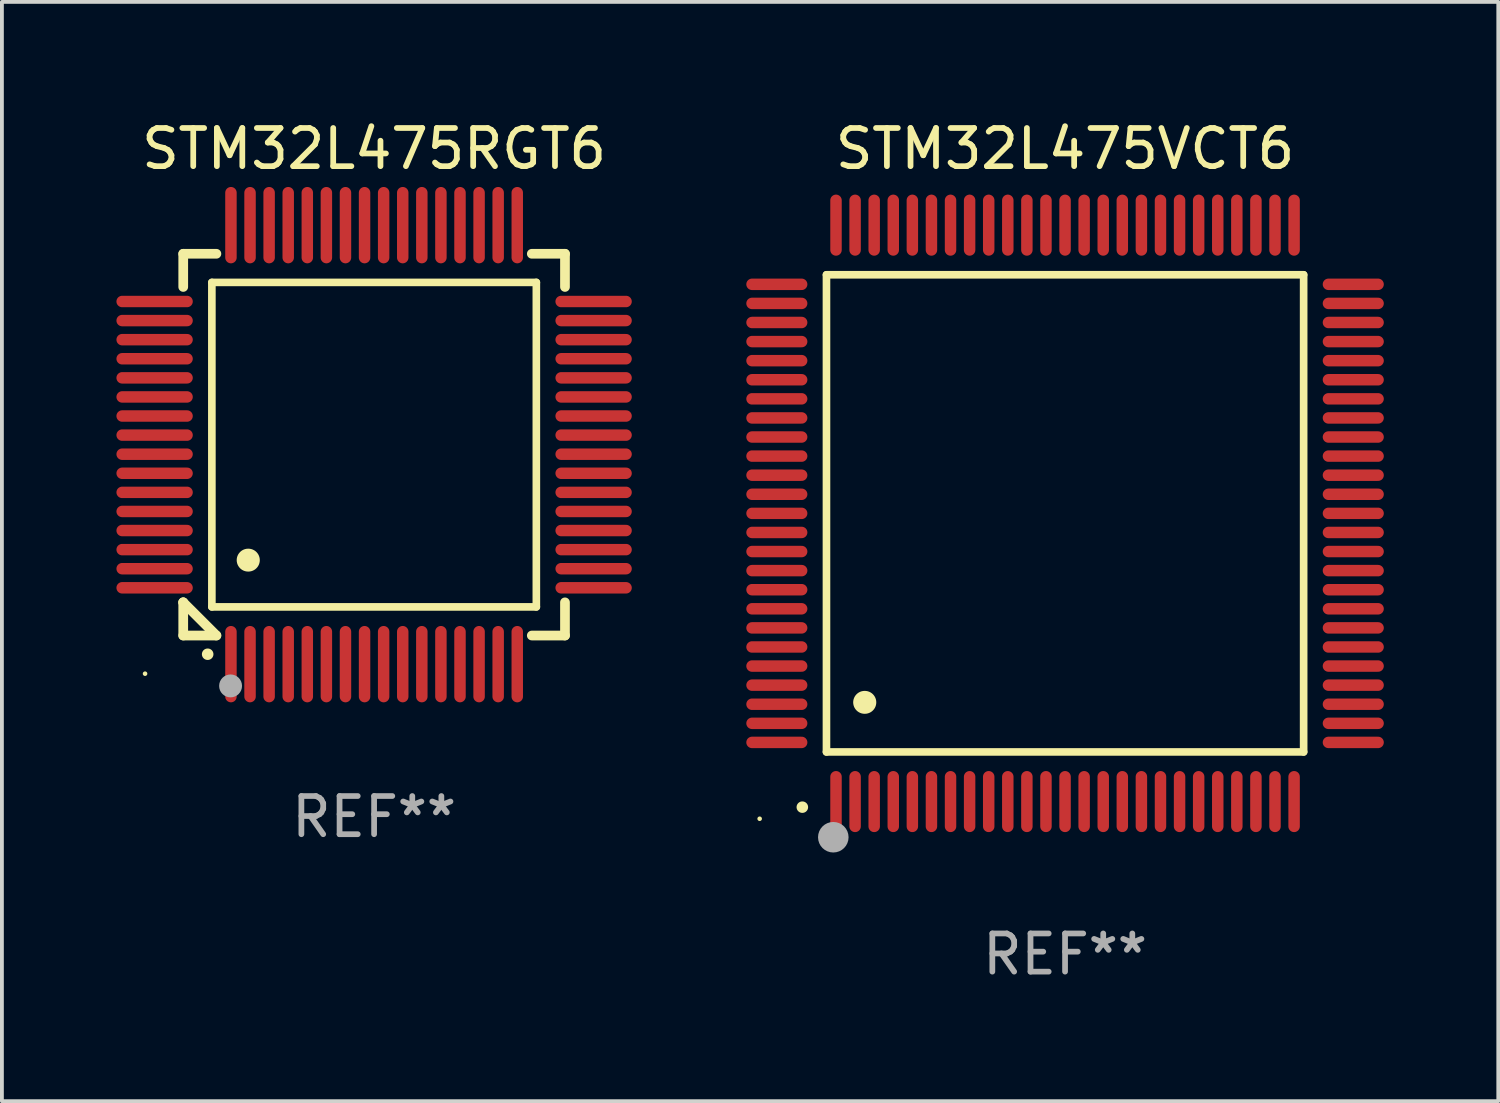
<source format=kicad_pcb>
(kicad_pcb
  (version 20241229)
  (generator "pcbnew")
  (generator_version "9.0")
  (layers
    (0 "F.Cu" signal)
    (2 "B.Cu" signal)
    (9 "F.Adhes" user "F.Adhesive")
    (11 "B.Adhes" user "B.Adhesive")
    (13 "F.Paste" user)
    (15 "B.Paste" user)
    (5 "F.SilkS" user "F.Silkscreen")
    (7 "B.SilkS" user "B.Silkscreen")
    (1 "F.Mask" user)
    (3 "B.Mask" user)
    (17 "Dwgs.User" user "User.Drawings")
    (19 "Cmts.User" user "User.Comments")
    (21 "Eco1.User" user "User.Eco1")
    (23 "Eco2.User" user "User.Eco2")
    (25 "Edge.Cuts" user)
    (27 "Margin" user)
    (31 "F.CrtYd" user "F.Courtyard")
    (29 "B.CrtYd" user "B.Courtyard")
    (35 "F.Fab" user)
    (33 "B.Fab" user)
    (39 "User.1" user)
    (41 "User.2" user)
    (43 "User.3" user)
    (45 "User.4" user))
  (footprint "STM32L475RGT6"
    (layer "F.Cu")
    (at 6.75 8.598)
    (property "Reference" "STM32L475RGT6" (at 0 -7.75 0) (layer "F.SilkS") (effects (font (size 1 1) (thickness 0.15))))
    (attr through_hole)
    (fp_line (start -5 -5) (end -4.131 -5) (stroke (width 0.254) (type solid)) (layer "F.SilkS"))
    (fp_line (start -5 -4.131) (end -5 -5) (stroke (width 0.254) (type solid)) (layer "F.SilkS"))
    (fp_line (start -5 4.131) (end -5 4.131) (stroke (width 0.254) (type solid)) (layer "F.SilkS"))
    (fp_line (start -5 5) (end -5 4.131) (stroke (width 0.254) (type solid)) (layer "F.SilkS"))
    (fp_line (start -5 4.131) (end -4.131 5) (stroke (width 0.254) (type solid)) (layer "F.SilkS"))
    (fp_line (start -4.25 -4.25) (end -4.25 4.25) (stroke (width 0.2) (type solid)) (layer "F.SilkS"))
    (fp_line (start -4.25 4.25) (end 4.25 4.25) (stroke (width 0.2) (type solid)) (layer "F.SilkS"))
    (fp_line (start -4.131 5) (end -5 5) (stroke (width 0.254) (type solid)) (layer "F.SilkS"))
    (fp_line (start 4.25 -4.25) (end -4.25 -4.25) (stroke (width 0.2) (type solid)) (layer "F.SilkS"))
    (fp_line (start 4.25 4.25) (end 4.25 -4.25) (stroke (width 0.2) (type solid)) (layer "F.SilkS"))
    (fp_line (start 5 -5) (end 4.131 -5) (stroke (width 0.254) (type solid)) (layer "F.SilkS"))
    (fp_line (start 5 -5) (end 5 -4.131) (stroke (width 0.254) (type solid)) (layer "F.SilkS"))
    (fp_line (start 5 4.131) (end 5 5) (stroke (width 0.254) (type solid)) (layer "F.SilkS"))
    (fp_line (start 5 5) (end 4.131 5) (stroke (width 0.254) (type solid)) (layer "F.SilkS"))
    (fp_arc (start -4.361265 5.489992) (mid -4.359995 5.489987) (end -4.358725 5.489992) (stroke (width 0.3) (type solid)) (layer "F.SilkS"))
    (fp_arc (start -3.299467 3.025146) (mid -3.296927 3.025135) (end -3.294387 3.025146) (stroke (width 0.6) (type solid)) (layer "F.SilkS"))
    (fp_circle (center -6 6) (end -5.97 6) (stroke (width 0.06) (type solid)) (fill no) (layer "F.SilkS"))
    (fp_circle (center -3.76 6.32) (end -3.61 6.32) (stroke (width 0.3) (type solid)) (fill no) (layer "F.Fab"))
    (fp_text user "REF**" (at 0 9.75 0) (layer "F.Fab") (effects (font (size 1 1) (thickness 0.15))))
    (pad "1" smd oval (at -3.75 5.75) (size 0.3 2) (layers "F.Cu" "F.Mask" "F.Paste"))
    (pad "2" smd oval (at -3.25 5.75) (size 0.3 2) (layers "F.Cu" "F.Mask" "F.Paste"))
    (pad "3" smd oval (at -2.75 5.75) (size 0.3 2) (layers "F.Cu" "F.Mask" "F.Paste"))
    (pad "4" smd oval (at -2.25 5.75) (size 0.3 2) (layers "F.Cu" "F.Mask" "F.Paste"))
    (pad "5" smd oval (at -1.75 5.75) (size 0.3 2) (layers "F.Cu" "F.Mask" "F.Paste"))
    (pad "6" smd oval (at -1.25 5.75) (size 0.3 2) (layers "F.Cu" "F.Mask" "F.Paste"))
    (pad "7" smd oval (at -0.75 5.75) (size 0.3 2) (layers "F.Cu" "F.Mask" "F.Paste"))
    (pad "8" smd oval (at -0.25 5.75) (size 0.3 2) (layers "F.Cu" "F.Mask" "F.Paste"))
    (pad "9" smd oval (at 0.25 5.75) (size 0.3 2) (layers "F.Cu" "F.Mask" "F.Paste"))
    (pad "10" smd oval (at 0.75 5.75) (size 0.3 2) (layers "F.Cu" "F.Mask" "F.Paste"))
    (pad "11" smd oval (at 1.25 5.75) (size 0.3 2) (layers "F.Cu" "F.Mask" "F.Paste"))
    (pad "12" smd oval (at 1.75 5.75) (size 0.3 2) (layers "F.Cu" "F.Mask" "F.Paste"))
    (pad "13" smd oval (at 2.25 5.75) (size 0.3 2) (layers "F.Cu" "F.Mask" "F.Paste"))
    (pad "14" smd oval (at 2.75 5.75) (size 0.3 2) (layers "F.Cu" "F.Mask" "F.Paste"))
    (pad "15" smd oval (at 3.25 5.75) (size 0.3 2) (layers "F.Cu" "F.Mask" "F.Paste"))
    (pad "16" smd oval (at 3.75 5.75) (size 0.3 2) (layers "F.Cu" "F.Mask" "F.Paste"))
    (pad "17" smd oval (at 5.75 3.75) (size 2 0.3) (layers "F.Cu" "F.Mask" "F.Paste"))
    (pad "18" smd oval (at 5.75 3.25) (size 2 0.3) (layers "F.Cu" "F.Mask" "F.Paste"))
    (pad "19" smd oval (at 5.75 2.75) (size 2 0.3) (layers "F.Cu" "F.Mask" "F.Paste"))
    (pad "20" smd oval (at 5.75 2.25) (size 2 0.3) (layers "F.Cu" "F.Mask" "F.Paste"))
    (pad "21" smd oval (at 5.75 1.75) (size 2 0.3) (layers "F.Cu" "F.Mask" "F.Paste"))
    (pad "22" smd oval (at 5.75 1.25) (size 2 0.3) (layers "F.Cu" "F.Mask" "F.Paste"))
    (pad "23" smd oval (at 5.75 0.75) (size 2 0.3) (layers "F.Cu" "F.Mask" "F.Paste"))
    (pad "24" smd oval (at 5.75 0.25) (size 2 0.3) (layers "F.Cu" "F.Mask" "F.Paste"))
    (pad "25" smd oval (at 5.75 -0.25) (size 2 0.3) (layers "F.Cu" "F.Mask" "F.Paste"))
    (pad "26" smd oval (at 5.75 -0.75) (size 2 0.3) (layers "F.Cu" "F.Mask" "F.Paste"))
    (pad "27" smd oval (at 5.75 -1.25) (size 2 0.3) (layers "F.Cu" "F.Mask" "F.Paste"))
    (pad "28" smd oval (at 5.75 -1.75) (size 2 0.3) (layers "F.Cu" "F.Mask" "F.Paste"))
    (pad "29" smd oval (at 5.75 -2.25) (size 2 0.3) (layers "F.Cu" "F.Mask" "F.Paste"))
    (pad "30" smd oval (at 5.75 -2.75) (size 2 0.3) (layers "F.Cu" "F.Mask" "F.Paste"))
    (pad "31" smd oval (at 5.75 -3.25) (size 2 0.3) (layers "F.Cu" "F.Mask" "F.Paste"))
    (pad "32" smd oval (at 5.75 -3.75) (size 2 0.3) (layers "F.Cu" "F.Mask" "F.Paste"))
    (pad "33" smd oval (at 3.75 -5.75) (size 0.3 2) (layers "F.Cu" "F.Mask" "F.Paste"))
    (pad "34" smd oval (at 3.25 -5.75) (size 0.3 2) (layers "F.Cu" "F.Mask" "F.Paste"))
    (pad "35" smd oval (at 2.75 -5.75) (size 0.3 2) (layers "F.Cu" "F.Mask" "F.Paste"))
    (pad "36" smd oval (at 2.25 -5.75) (size 0.3 2) (layers "F.Cu" "F.Mask" "F.Paste"))
    (pad "37" smd oval (at 1.75 -5.75) (size 0.3 2) (layers "F.Cu" "F.Mask" "F.Paste"))
    (pad "38" smd oval (at 1.25 -5.75) (size 0.3 2) (layers "F.Cu" "F.Mask" "F.Paste"))
    (pad "39" smd oval (at 0.75 -5.75) (size 0.3 2) (layers "F.Cu" "F.Mask" "F.Paste"))
    (pad "40" smd oval (at 0.25 -5.75) (size 0.3 2) (layers "F.Cu" "F.Mask" "F.Paste"))
    (pad "41" smd oval (at -0.25 -5.75) (size 0.3 2) (layers "F.Cu" "F.Mask" "F.Paste"))
    (pad "42" smd oval (at -0.75 -5.75) (size 0.3 2) (layers "F.Cu" "F.Mask" "F.Paste"))
    (pad "43" smd oval (at -1.25 -5.75) (size 0.3 2) (layers "F.Cu" "F.Mask" "F.Paste"))
    (pad "44" smd oval (at -1.75 -5.75) (size 0.3 2) (layers "F.Cu" "F.Mask" "F.Paste"))
    (pad "45" smd oval (at -2.25 -5.75) (size 0.3 2) (layers "F.Cu" "F.Mask" "F.Paste"))
    (pad "46" smd oval (at -2.75 -5.75) (size 0.3 2) (layers "F.Cu" "F.Mask" "F.Paste"))
    (pad "47" smd oval (at -3.25 -5.75) (size 0.3 2) (layers "F.Cu" "F.Mask" "F.Paste"))
    (pad "48" smd oval (at -3.75 -5.75) (size 0.3 2) (layers "F.Cu" "F.Mask" "F.Paste"))
    (pad "49" smd oval (at -5.75 -3.75) (size 2 0.3) (layers "F.Cu" "F.Mask" "F.Paste"))
    (pad "50" smd oval (at -5.75 -3.25) (size 2 0.3) (layers "F.Cu" "F.Mask" "F.Paste"))
    (pad "51" smd oval (at -5.75 -2.75) (size 2 0.3) (layers "F.Cu" "F.Mask" "F.Paste"))
    (pad "52" smd oval (at -5.75 -2.25) (size 2 0.3) (layers "F.Cu" "F.Mask" "F.Paste"))
    (pad "53" smd oval (at -5.75 -1.75) (size 2 0.3) (layers "F.Cu" "F.Mask" "F.Paste"))
    (pad "54" smd oval (at -5.75 -1.25) (size 2 0.3) (layers "F.Cu" "F.Mask" "F.Paste"))
    (pad "55" smd oval (at -5.75 -0.75) (size 2 0.3) (layers "F.Cu" "F.Mask" "F.Paste"))
    (pad "56" smd oval (at -5.75 -0.25) (size 2 0.3) (layers "F.Cu" "F.Mask" "F.Paste"))
    (pad "57" smd oval (at -5.75 0.25) (size 2 0.3) (layers "F.Cu" "F.Mask" "F.Paste"))
    (pad "58" smd oval (at -5.75 0.75) (size 2 0.3) (layers "F.Cu" "F.Mask" "F.Paste"))
    (pad "59" smd oval (at -5.75 1.25) (size 2 0.3) (layers "F.Cu" "F.Mask" "F.Paste"))
    (pad "60" smd oval (at -5.75 1.75) (size 2 0.3) (layers "F.Cu" "F.Mask" "F.Paste"))
    (pad "61" smd oval (at -5.75 2.25) (size 2 0.3) (layers "F.Cu" "F.Mask" "F.Paste"))
    (pad "62" smd oval (at -5.75 2.75) (size 2 0.3) (layers "F.Cu" "F.Mask" "F.Paste"))
    (pad "63" smd oval (at -5.75 3.25) (size 2 0.3) (layers "F.Cu" "F.Mask" "F.Paste"))
    (pad "64" smd oval (at -5.75 3.75) (size 2 0.3) (layers "F.Cu" "F.Mask" "F.Paste")))
  (footprint "STM32L475VCT6"
    (layer "F.Cu")
    (at 24.85 10.398)
    (property "Reference" "STM32L475VCT6" (at 0 -9.55 0) (layer "F.SilkS") (effects (font (size 1 1) (thickness 0.15))))
    (attr through_hole)
    (fp_line (start -6.25 -6.25) (end -6.25 6.25) (stroke (width 0.2) (type solid)) (layer "F.SilkS"))
    (fp_line (start -6.25 6.25) (end 6.25 6.25) (stroke (width 0.2) (type solid)) (layer "F.SilkS"))
    (fp_line (start 6.25 -6.25) (end -6.25 -6.25) (stroke (width 0.2) (type solid)) (layer "F.SilkS"))
    (fp_line (start 6.25 6.25) (end 6.25 -6.25) (stroke (width 0.2) (type solid)) (layer "F.SilkS"))
    (fp_arc (start -6.883414 7.696215) (mid -6.882144 7.69621) (end -6.880874 7.696215) (stroke (width 0.3) (type solid)) (layer "F.SilkS"))
    (fp_arc (start -5.250191 4.95047) (mid -5.247651 4.950459) (end -5.245111 4.95047) (stroke (width 0.6) (type solid)) (layer "F.SilkS"))
    (fp_circle (center -8 8) (end -7.97 8) (stroke (width 0.06) (type solid)) (fill no) (layer "F.SilkS"))
    (fp_circle (center -6.071 8.484) (end -5.871 8.484) (stroke (width 0.4) (type solid)) (fill no) (layer "F.Fab"))
    (fp_text user "REF**" (at 0 11.55 0) (layer "F.Fab") (effects (font (size 1 1) (thickness 0.15))))
    (pad "1" smd oval (at -6 7.55) (size 0.3 1.6) (layers "F.Cu" "F.Mask" "F.Paste"))
    (pad "2" smd oval (at -5.5 7.55) (size 0.3 1.6) (layers "F.Cu" "F.Mask" "F.Paste"))
    (pad "3" smd oval (at -5 7.55) (size 0.3 1.6) (layers "F.Cu" "F.Mask" "F.Paste"))
    (pad "4" smd oval (at -4.5 7.55) (size 0.3 1.6) (layers "F.Cu" "F.Mask" "F.Paste"))
    (pad "5" smd oval (at -4 7.55) (size 0.3 1.6) (layers "F.Cu" "F.Mask" "F.Paste"))
    (pad "6" smd oval (at -3.5 7.55) (size 0.3 1.6) (layers "F.Cu" "F.Mask" "F.Paste"))
    (pad "7" smd oval (at -3 7.55) (size 0.3 1.6) (layers "F.Cu" "F.Mask" "F.Paste"))
    (pad "8" smd oval (at -2.5 7.55) (size 0.3 1.6) (layers "F.Cu" "F.Mask" "F.Paste"))
    (pad "9" smd oval (at -2 7.55) (size 0.3 1.6) (layers "F.Cu" "F.Mask" "F.Paste"))
    (pad "10" smd oval (at -1.5 7.55) (size 0.3 1.6) (layers "F.Cu" "F.Mask" "F.Paste"))
    (pad "11" smd oval (at -1 7.55) (size 0.3 1.6) (layers "F.Cu" "F.Mask" "F.Paste"))
    (pad "12" smd oval (at -0.5 7.55) (size 0.3 1.6) (layers "F.Cu" "F.Mask" "F.Paste"))
    (pad "13" smd oval (at 0 7.55) (size 0.3 1.6) (layers "F.Cu" "F.Mask" "F.Paste"))
    (pad "14" smd oval (at 0.5 7.55) (size 0.3 1.6) (layers "F.Cu" "F.Mask" "F.Paste"))
    (pad "15" smd oval (at 1 7.55) (size 0.3 1.6) (layers "F.Cu" "F.Mask" "F.Paste"))
    (pad "16" smd oval (at 1.5 7.55) (size 0.3 1.6) (layers "F.Cu" "F.Mask" "F.Paste"))
    (pad "17" smd oval (at 2 7.55) (size 0.3 1.6) (layers "F.Cu" "F.Mask" "F.Paste"))
    (pad "18" smd oval (at 2.5 7.55) (size 0.3 1.6) (layers "F.Cu" "F.Mask" "F.Paste"))
    (pad "19" smd oval (at 3 7.55) (size 0.3 1.6) (layers "F.Cu" "F.Mask" "F.Paste"))
    (pad "20" smd oval (at 3.5 7.55) (size 0.3 1.6) (layers "F.Cu" "F.Mask" "F.Paste"))
    (pad "21" smd oval (at 4 7.55) (size 0.3 1.6) (layers "F.Cu" "F.Mask" "F.Paste"))
    (pad "22" smd oval (at 4.5 7.55) (size 0.3 1.6) (layers "F.Cu" "F.Mask" "F.Paste"))
    (pad "23" smd oval (at 5 7.55) (size 0.3 1.6) (layers "F.Cu" "F.Mask" "F.Paste"))
    (pad "24" smd oval (at 5.5 7.55) (size 0.3 1.6) (layers "F.Cu" "F.Mask" "F.Paste"))
    (pad "25" smd oval (at 6 7.55) (size 0.3 1.6) (layers "F.Cu" "F.Mask" "F.Paste"))
    (pad "26" smd oval (at 7.55 6) (size 1.6 0.3) (layers "F.Cu" "F.Mask" "F.Paste"))
    (pad "27" smd oval (at 7.55 5.5) (size 1.6 0.3) (layers "F.Cu" "F.Mask" "F.Paste"))
    (pad "28" smd oval (at 7.55 5) (size 1.6 0.3) (layers "F.Cu" "F.Mask" "F.Paste"))
    (pad "29" smd oval (at 7.55 4.5) (size 1.6 0.3) (layers "F.Cu" "F.Mask" "F.Paste"))
    (pad "30" smd oval (at 7.55 4) (size 1.6 0.3) (layers "F.Cu" "F.Mask" "F.Paste"))
    (pad "31" smd oval (at 7.55 3.5) (size 1.6 0.3) (layers "F.Cu" "F.Mask" "F.Paste"))
    (pad "32" smd oval (at 7.55 3) (size 1.6 0.3) (layers "F.Cu" "F.Mask" "F.Paste"))
    (pad "33" smd oval (at 7.55 2.5) (size 1.6 0.3) (layers "F.Cu" "F.Mask" "F.Paste"))
    (pad "34" smd oval (at 7.55 2) (size 1.6 0.3) (layers "F.Cu" "F.Mask" "F.Paste"))
    (pad "35" smd oval (at 7.55 1.5) (size 1.6 0.3) (layers "F.Cu" "F.Mask" "F.Paste"))
    (pad "36" smd oval (at 7.55 1) (size 1.6 0.3) (layers "F.Cu" "F.Mask" "F.Paste"))
    (pad "37" smd oval (at 7.55 0.5) (size 1.6 0.3) (layers "F.Cu" "F.Mask" "F.Paste"))
    (pad "38" smd oval (at 7.55 0) (size 1.6 0.3) (layers "F.Cu" "F.Mask" "F.Paste"))
    (pad "39" smd oval (at 7.55 -0.5) (size 1.6 0.3) (layers "F.Cu" "F.Mask" "F.Paste"))
    (pad "40" smd oval (at 7.55 -1) (size 1.6 0.3) (layers "F.Cu" "F.Mask" "F.Paste"))
    (pad "41" smd oval (at 7.55 -1.5) (size 1.6 0.3) (layers "F.Cu" "F.Mask" "F.Paste"))
    (pad "42" smd oval (at 7.55 -2) (size 1.6 0.3) (layers "F.Cu" "F.Mask" "F.Paste"))
    (pad "43" smd oval (at 7.55 -2.5) (size 1.6 0.3) (layers "F.Cu" "F.Mask" "F.Paste"))
    (pad "44" smd oval (at 7.55 -3) (size 1.6 0.3) (layers "F.Cu" "F.Mask" "F.Paste"))
    (pad "45" smd oval (at 7.55 -3.5) (size 1.6 0.3) (layers "F.Cu" "F.Mask" "F.Paste"))
    (pad "46" smd oval (at 7.55 -4) (size 1.6 0.3) (layers "F.Cu" "F.Mask" "F.Paste"))
    (pad "47" smd oval (at 7.55 -4.5) (size 1.6 0.3) (layers "F.Cu" "F.Mask" "F.Paste"))
    (pad "48" smd oval (at 7.55 -5) (size 1.6 0.3) (layers "F.Cu" "F.Mask" "F.Paste"))
    (pad "49" smd oval (at 7.55 -5.5) (size 1.6 0.3) (layers "F.Cu" "F.Mask" "F.Paste"))
    (pad "50" smd oval (at 7.55 -6) (size 1.6 0.3) (layers "F.Cu" "F.Mask" "F.Paste"))
    (pad "51" smd oval (at 6 -7.55) (size 0.3 1.6) (layers "F.Cu" "F.Mask" "F.Paste"))
    (pad "52" smd oval (at 5.5 -7.55) (size 0.3 1.6) (layers "F.Cu" "F.Mask" "F.Paste"))
    (pad "53" smd oval (at 5 -7.55) (size 0.3 1.6) (layers "F.Cu" "F.Mask" "F.Paste"))
    (pad "54" smd oval (at 4.5 -7.55) (size 0.3 1.6) (layers "F.Cu" "F.Mask" "F.Paste"))
    (pad "55" smd oval (at 4 -7.55) (size 0.3 1.6) (layers "F.Cu" "F.Mask" "F.Paste"))
    (pad "56" smd oval (at 3.5 -7.55) (size 0.3 1.6) (layers "F.Cu" "F.Mask" "F.Paste"))
    (pad "57" smd oval (at 3 -7.55) (size 0.3 1.6) (layers "F.Cu" "F.Mask" "F.Paste"))
    (pad "58" smd oval (at 2.5 -7.55) (size 0.3 1.6) (layers "F.Cu" "F.Mask" "F.Paste"))
    (pad "59" smd oval (at 2 -7.55) (size 0.3 1.6) (layers "F.Cu" "F.Mask" "F.Paste"))
    (pad "60" smd oval (at 1.5 -7.55) (size 0.3 1.6) (layers "F.Cu" "F.Mask" "F.Paste"))
    (pad "61" smd oval (at 1 -7.55) (size 0.3 1.6) (layers "F.Cu" "F.Mask" "F.Paste"))
    (pad "62" smd oval (at 0.5 -7.55) (size 0.3 1.6) (layers "F.Cu" "F.Mask" "F.Paste"))
    (pad "63" smd oval (at 0 -7.55) (size 0.3 1.6) (layers "F.Cu" "F.Mask" "F.Paste"))
    (pad "64" smd oval (at -0.5 -7.55) (size 0.3 1.6) (layers "F.Cu" "F.Mask" "F.Paste"))
    (pad "65" smd oval (at -1 -7.55) (size 0.3 1.6) (layers "F.Cu" "F.Mask" "F.Paste"))
    (pad "66" smd oval (at -1.5 -7.55) (size 0.3 1.6) (layers "F.Cu" "F.Mask" "F.Paste"))
    (pad "67" smd oval (at -2 -7.55) (size 0.3 1.6) (layers "F.Cu" "F.Mask" "F.Paste"))
    (pad "68" smd oval (at -2.5 -7.55) (size 0.3 1.6) (layers "F.Cu" "F.Mask" "F.Paste"))
    (pad "69" smd oval (at -3 -7.55) (size 0.3 1.6) (layers "F.Cu" "F.Mask" "F.Paste"))
    (pad "70" smd oval (at -3.5 -7.55) (size 0.3 1.6) (layers "F.Cu" "F.Mask" "F.Paste"))
    (pad "71" smd oval (at -4 -7.55) (size 0.3 1.6) (layers "F.Cu" "F.Mask" "F.Paste"))
    (pad "72" smd oval (at -4.5 -7.55) (size 0.3 1.6) (layers "F.Cu" "F.Mask" "F.Paste"))
    (pad "73" smd oval (at -5 -7.55) (size 0.3 1.6) (layers "F.Cu" "F.Mask" "F.Paste"))
    (pad "74" smd oval (at -5.5 -7.55) (size 0.3 1.6) (layers "F.Cu" "F.Mask" "F.Paste"))
    (pad "75" smd oval (at -6 -7.55) (size 0.3 1.6) (layers "F.Cu" "F.Mask" "F.Paste"))
    (pad "76" smd oval (at -7.55 -6) (size 1.6 0.3) (layers "F.Cu" "F.Mask" "F.Paste"))
    (pad "77" smd oval (at -7.55 -5.5) (size 1.6 0.3) (layers "F.Cu" "F.Mask" "F.Paste"))
    (pad "78" smd oval (at -7.55 -5) (size 1.6 0.3) (layers "F.Cu" "F.Mask" "F.Paste"))
    (pad "79" smd oval (at -7.55 -4.5) (size 1.6 0.3) (layers "F.Cu" "F.Mask" "F.Paste"))
    (pad "80" smd oval (at -7.55 -4) (size 1.6 0.3) (layers "F.Cu" "F.Mask" "F.Paste"))
    (pad "81" smd oval (at -7.55 -3.5) (size 1.6 0.3) (layers "F.Cu" "F.Mask" "F.Paste"))
    (pad "82" smd oval (at -7.55 -3) (size 1.6 0.3) (layers "F.Cu" "F.Mask" "F.Paste"))
    (pad "83" smd oval (at -7.55 -2.5) (size 1.6 0.3) (layers "F.Cu" "F.Mask" "F.Paste"))
    (pad "84" smd oval (at -7.55 -2) (size 1.6 0.3) (layers "F.Cu" "F.Mask" "F.Paste"))
    (pad "85" smd oval (at -7.55 -1.5) (size 1.6 0.3) (layers "F.Cu" "F.Mask" "F.Paste"))
    (pad "86" smd oval (at -7.55 -1) (size 1.6 0.3) (layers "F.Cu" "F.Mask" "F.Paste"))
    (pad "87" smd oval (at -7.55 -0.5) (size 1.6 0.3) (layers "F.Cu" "F.Mask" "F.Paste"))
    (pad "88" smd oval (at -7.55 0) (size 1.6 0.3) (layers "F.Cu" "F.Mask" "F.Paste"))
    (pad "89" smd oval (at -7.55 0.5) (size 1.6 0.3) (layers "F.Cu" "F.Mask" "F.Paste"))
    (pad "90" smd oval (at -7.55 1) (size 1.6 0.3) (layers "F.Cu" "F.Mask" "F.Paste"))
    (pad "91" smd oval (at -7.55 1.5) (size 1.6 0.3) (layers "F.Cu" "F.Mask" "F.Paste"))
    (pad "92" smd oval (at -7.55 2) (size 1.6 0.3) (layers "F.Cu" "F.Mask" "F.Paste"))
    (pad "93" smd oval (at -7.55 2.5) (size 1.6 0.3) (layers "F.Cu" "F.Mask" "F.Paste"))
    (pad "94" smd oval (at -7.55 3) (size 1.6 0.3) (layers "F.Cu" "F.Mask" "F.Paste"))
    (pad "95" smd oval (at -7.55 3.5) (size 1.6 0.3) (layers "F.Cu" "F.Mask" "F.Paste"))
    (pad "96" smd oval (at -7.55 4) (size 1.6 0.3) (layers "F.Cu" "F.Mask" "F.Paste"))
    (pad "97" smd oval (at -7.55 4.5) (size 1.6 0.3) (layers "F.Cu" "F.Mask" "F.Paste"))
    (pad "98" smd oval (at -7.55 5) (size 1.6 0.3) (layers "F.Cu" "F.Mask" "F.Paste"))
    (pad "99" smd oval (at -7.55 5.5) (size 1.6 0.3) (layers "F.Cu" "F.Mask" "F.Paste"))
    (pad "100" smd oval (at -7.55 6) (size 1.6 0.3) (layers "F.Cu" "F.Mask" "F.Paste")))
  (gr_rect
    (start -3 -3)
    (end 36.199 25.796)
    (stroke (width 0.1) (type default))
    (fill no)
    (layer "Edge.Cuts")))
</source>
